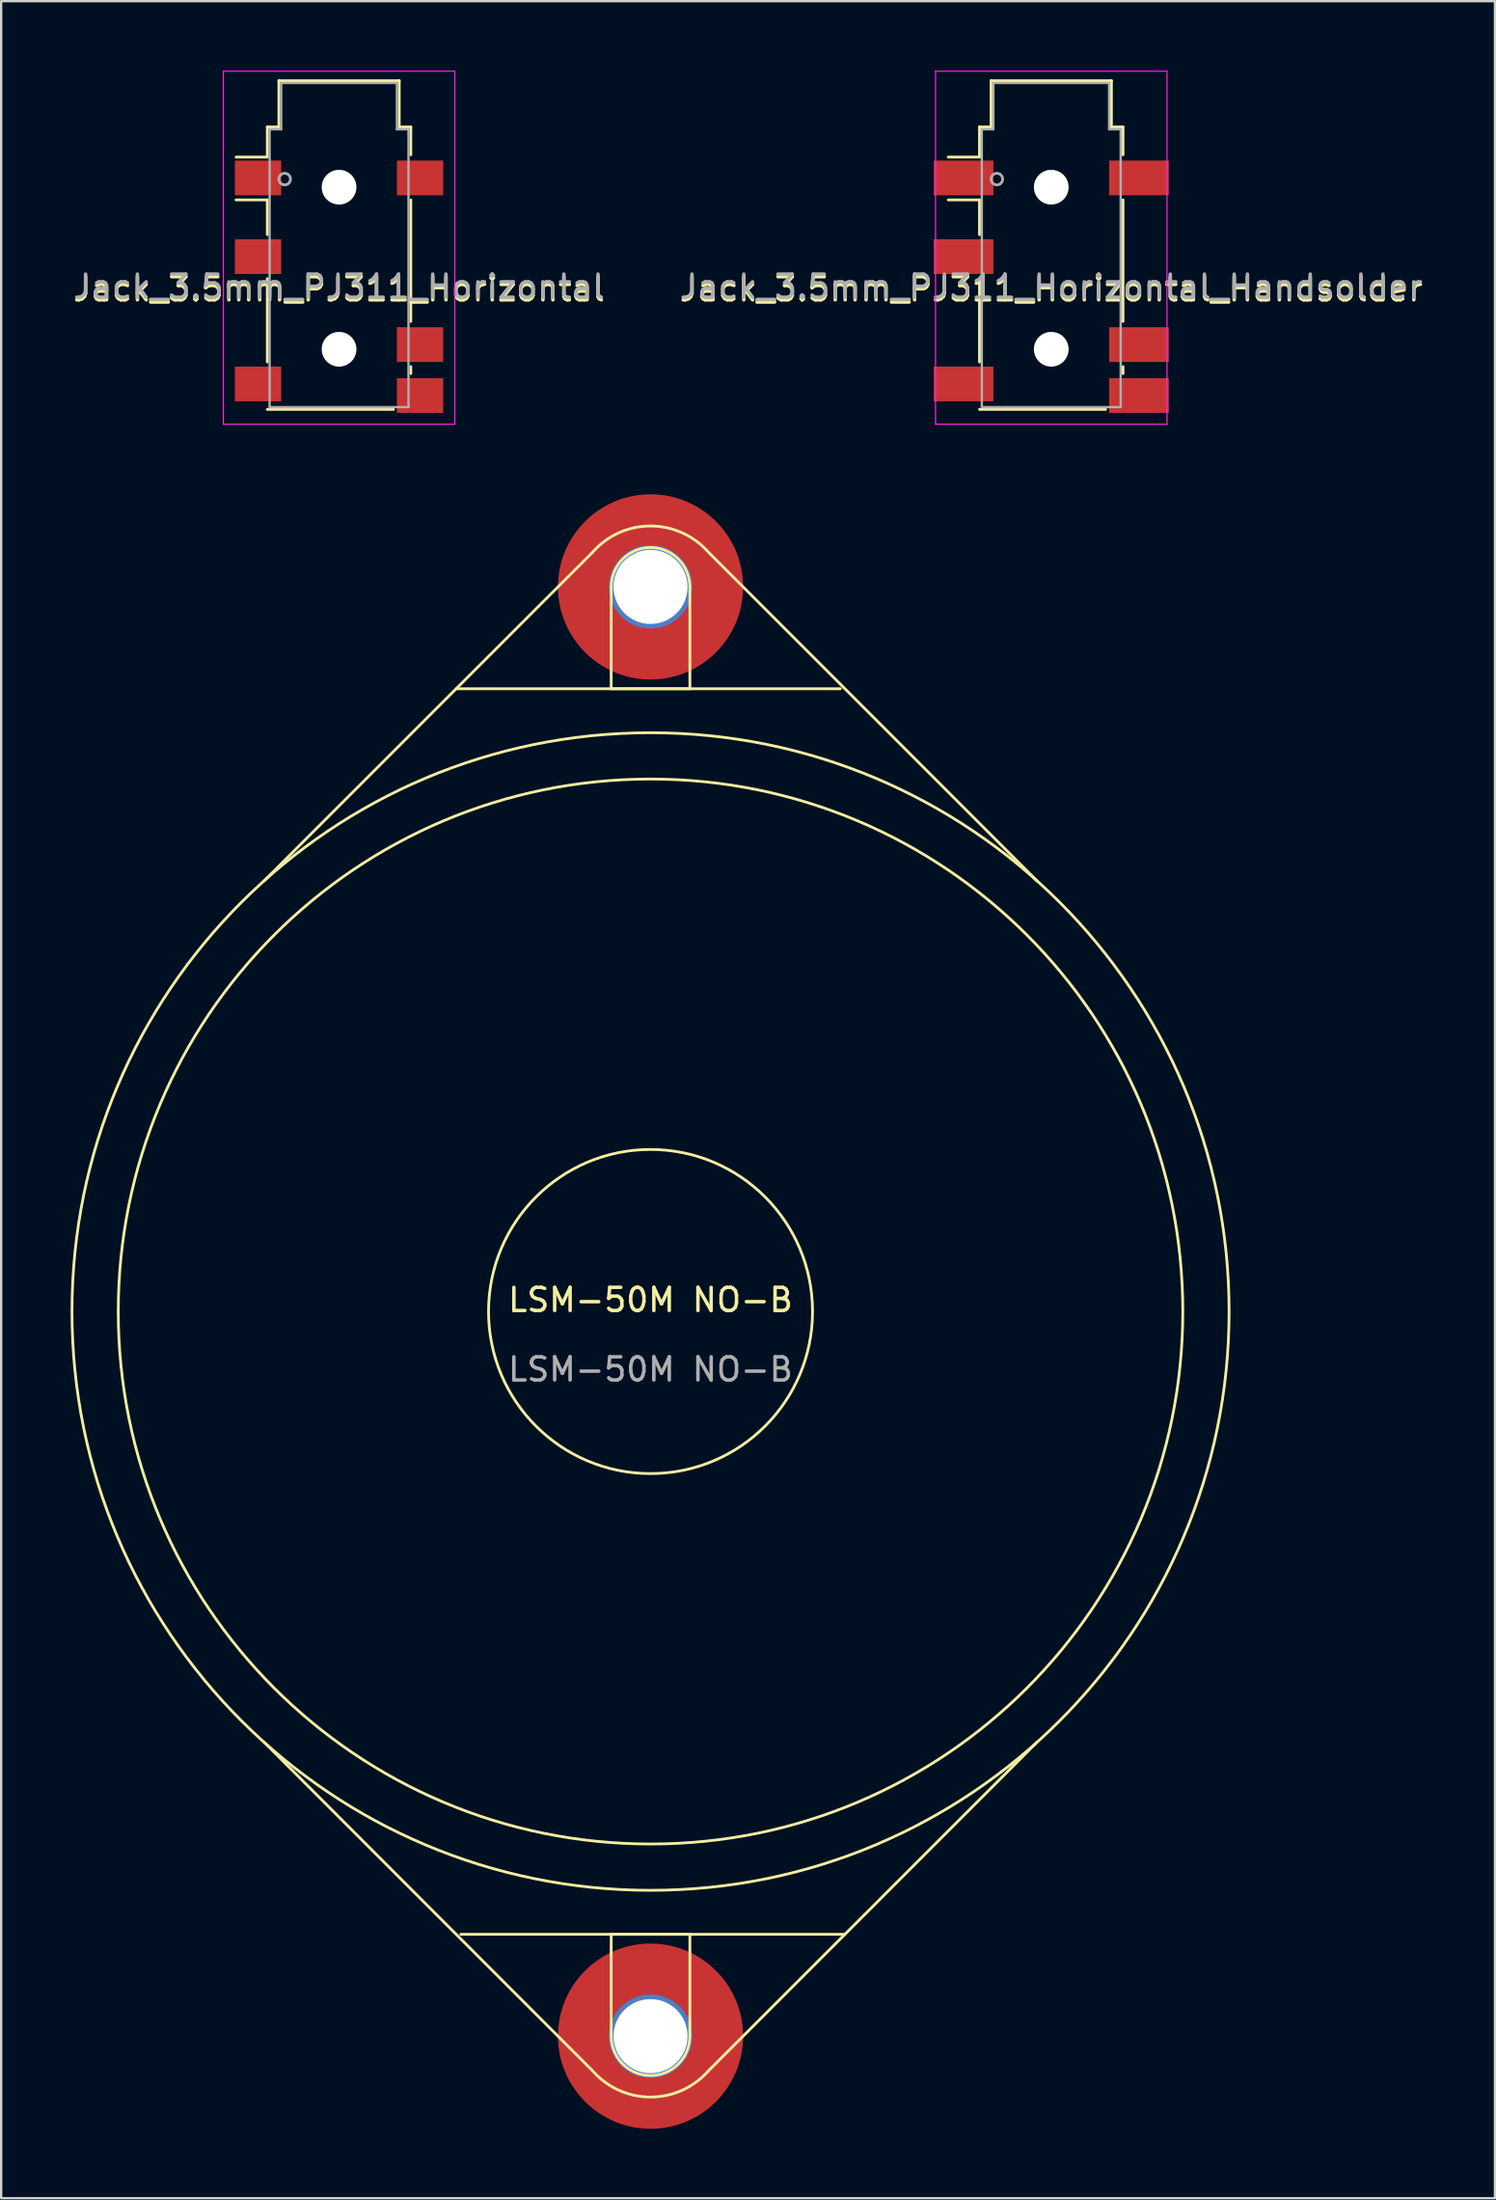
<source format=kicad_pcb>
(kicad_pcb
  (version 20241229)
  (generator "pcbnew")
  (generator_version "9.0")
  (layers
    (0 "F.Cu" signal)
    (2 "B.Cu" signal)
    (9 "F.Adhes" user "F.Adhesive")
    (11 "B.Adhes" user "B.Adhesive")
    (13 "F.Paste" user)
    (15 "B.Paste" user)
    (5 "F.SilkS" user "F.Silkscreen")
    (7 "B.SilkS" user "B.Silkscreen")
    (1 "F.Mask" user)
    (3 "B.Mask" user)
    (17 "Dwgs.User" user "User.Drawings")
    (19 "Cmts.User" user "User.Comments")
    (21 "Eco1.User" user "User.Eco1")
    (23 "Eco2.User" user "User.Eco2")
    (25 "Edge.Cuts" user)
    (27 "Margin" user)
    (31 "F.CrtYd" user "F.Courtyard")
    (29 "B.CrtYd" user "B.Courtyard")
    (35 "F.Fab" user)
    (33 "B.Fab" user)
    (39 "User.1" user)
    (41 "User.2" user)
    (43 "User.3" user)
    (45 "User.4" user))
  (footprint "LSM-50M NO-B"
    (layer "F.Cu")
    (at 25.06 53.6)
    (property "Reference" "LSM-50M NO-B" (at 0 -0.5 0) (unlocked yes) (layer "F.SilkS") (effects (font (size 1 1) (thickness 0.15))))
    (attr through_hole)
    (fp_line (start -16.7 -18.6) (end -2.5 -32.8) (stroke (width 0.12) (type solid)) (layer "F.SilkS"))
    (fp_line (start -16.7 18.6) (end -2.5 32.8) (stroke (width 0.12) (type solid)) (layer "F.SilkS"))
    (fp_line (start -8.4 -26.9) (end 8.2 -26.9) (stroke (width 0.12) (type solid)) (layer "F.SilkS"))
    (fp_line (start -8.2 26.9) (end 8.4 26.9) (stroke (width 0.12) (type solid)) (layer "F.SilkS"))
    (fp_line (start -1.7 -26.9) (end -1.7 -31.3) (stroke (width 0.12) (type solid)) (layer "F.SilkS"))
    (fp_line (start -1.7 26.9) (end 1.7 26.9) (stroke (width 0.12) (type solid)) (layer "F.SilkS"))
    (fp_line (start -1.7 31.3) (end -1.7 26.9) (stroke (width 0.12) (type solid)) (layer "F.SilkS"))
    (fp_line (start 1.7 -31.3) (end 1.7 -26.9) (stroke (width 0.12) (type solid)) (layer "F.SilkS"))
    (fp_line (start 1.7 -26.9) (end -1.7 -26.9) (stroke (width 0.12) (type solid)) (layer "F.SilkS"))
    (fp_line (start 1.7 26.9) (end 1.7 31.3) (stroke (width 0.12) (type solid)) (layer "F.SilkS"))
    (fp_line (start 16.7 -18.6) (end 2.5 -32.8) (stroke (width 0.12) (type solid)) (layer "F.SilkS"))
    (fp_line (start 16.7 18.6) (end 2.5 32.8) (stroke (width 0.12) (type solid)) (layer "F.SilkS"))
    (fp_arc (start -2.5 -32.8) (mid -0.036799 -33.929962) (end 2.450772 -32.85471) (stroke (width 0.12) (type solid)) (layer "F.SilkS"))
    (fp_arc (start -1.7 -31.3) (mid 0 -33) (end 1.7 -31.3) (stroke (width 0.12) (type solid)) (layer "F.SilkS"))
    (fp_arc (start 1.7 31.3) (mid 0 33) (end -1.7 31.3) (stroke (width 0.12) (type solid)) (layer "F.SilkS"))
    (fp_arc (start 2.5 32.8) (mid 0.036799 33.929962) (end -2.450772 32.85471) (stroke (width 0.12) (type solid)) (layer "F.SilkS"))
    (fp_circle (center 0 0) (end 7 0) (stroke (width 0.12) (type solid)) (fill no) (layer "F.SilkS"))
    (fp_circle (center 0 0) (end 23 0) (stroke (width 0.12) (type solid)) (fill no) (layer "F.SilkS"))
    (fp_circle (center 0 0) (end 25 0) (stroke (width 0.12) (type solid)) (fill no) (layer "F.SilkS"))
    (fp_text user "${REFERENCE}" (at 0 2.5 0) (unlocked yes) (layer "F.Fab") (effects (font (size 1 1) (thickness 0.15))))
    (pad "1" thru_hole circle (at 0 31.3) (size 3.6 3.6) (drill 3.2) (layers "*.Cu" "*.Mask"))
    (pad "1" connect circle (at 0 31.3) (size 8 8) (layers "F.Cu" "F.Mask"))
    (pad "2" thru_hole circle (at 0 -31.3) (size 3.6 3.6) (drill 3.2) (layers "*.Cu" "*.Mask"))
    (pad "2" connect circle (at 0 -31.3) (size 8 8) (layers "F.Cu" "F.Mask")))
  (footprint "Jack_3.5mm_PJ311_Horizontal"
    (layer "F.Cu")
    (at 11.601 9.335)
    (property "Reference" "Jack_3.5mm_PJ311_Horizontal" (at 0 0.11 180) (layer "F.SilkS") (effects (font (size 1 1) (thickness 0.15))))
    (attr smd)
    (fp_line (start -3.1 -6.9) (end -2.6 -6.9) (stroke (width 0.12) (type solid)) (layer "F.SilkS"))
    (fp_line (start -3.1 -5.6) (end -4.45 -5.6) (stroke (width 0.12) (type solid)) (layer "F.SilkS"))
    (fp_line (start -3.1 -5.6) (end -3.1 -6.9) (stroke (width 0.12) (type solid)) (layer "F.SilkS"))
    (fp_line (start -3.1 -3.75) (end -4.45 -3.75) (stroke (width 0.12) (type solid)) (layer "F.SilkS"))
    (fp_line (start -3.1 -2.25) (end -3.1 -3.75) (stroke (width 0.12) (type solid)) (layer "F.SilkS"))
    (fp_line (start -3.1 3.25) (end -3.1 -0.35) (stroke (width 0.12) (type solid)) (layer "F.SilkS"))
    (fp_line (start -2.6 -8.9) (end 2.6 -8.9) (stroke (width 0.12) (type solid)) (layer "F.SilkS"))
    (fp_line (start -2.6 -6.9) (end -2.6 -8.9) (stroke (width 0.12) (type solid)) (layer "F.SilkS"))
    (fp_line (start 2.35 5.3) (end -3.1 5.3) (stroke (width 0.12) (type solid)) (layer "F.SilkS"))
    (fp_line (start 2.6 -8.9) (end 2.6 -6.9) (stroke (width 0.12) (type solid)) (layer "F.SilkS"))
    (fp_line (start 2.6 -6.9) (end 3.1 -6.9) (stroke (width 0.12) (type solid)) (layer "F.SilkS"))
    (fp_line (start 3.1 -6.9) (end 3.1 -5.7) (stroke (width 0.12) (type solid)) (layer "F.SilkS"))
    (fp_line (start 3.1 -3.75) (end 3.1 1.5) (stroke (width 0.12) (type solid)) (layer "F.SilkS"))
    (fp_line (start 3.1 3.45) (end 3.1 3.75) (stroke (width 0.12) (type solid)) (layer "F.SilkS"))
    (fp_line (start -5 -9.31) (end -5 5.94) (stroke (width 0.05) (type solid)) (layer "F.CrtYd"))
    (fp_line (start -5 -9.31) (end 5 -9.31) (stroke (width 0.05) (type solid)) (layer "F.CrtYd"))
    (fp_line (start -5 5.94) (end 5 5.94) (stroke (width 0.05) (type solid)) (layer "F.CrtYd"))
    (fp_line (start 5 5.94) (end 5 -9.31) (stroke (width 0.05) (type solid)) (layer "F.CrtYd"))
    (fp_line (start -3 -6.8) (end -3 5.2) (stroke (width 0.1) (type solid)) (layer "F.Fab"))
    (fp_line (start -3 5.2) (end 3 5.2) (stroke (width 0.1) (type solid)) (layer "F.Fab"))
    (fp_line (start -2.5 -8.8) (end -2.5 -6.8) (stroke (width 0.1) (type solid)) (layer "F.Fab"))
    (fp_line (start -2.5 -6.8) (end -3 -6.8) (stroke (width 0.1) (type solid)) (layer "F.Fab"))
    (fp_line (start 2.5 -8.8) (end -2.5 -8.8) (stroke (width 0.1) (type solid)) (layer "F.Fab"))
    (fp_line (start 2.5 -6.8) (end 2.5 -8.8) (stroke (width 0.1) (type solid)) (layer "F.Fab"))
    (fp_line (start 3 -6.8) (end 2.5 -6.8) (stroke (width 0.1) (type solid)) (layer "F.Fab"))
    (fp_line (start 3 5.2) (end 3 -6.8) (stroke (width 0.1) (type solid)) (layer "F.Fab"))
    (fp_circle (center -2.35 -4.65) (end -2.1 -4.65) (stroke (width 0.12) (type solid)) (fill no) (layer "F.Fab"))
    (fp_text user "${REFERENCE}" (at 0 0 180) (layer "F.Fab") (effects (font (size 1 1) (thickness 0.15))))
    (pad "" np_thru_hole circle (at 0 -4.3) (size 1.5 1.5) (drill 1.5) (layers "*.Cu" "*.Mask"))
    (pad "" np_thru_hole circle (at 0 2.7) (size 1.5 1.5) (drill 1.5) (layers "*.Cu" "*.Mask"))
    (pad "1" smd rect (at -3.5 -4.7) (size 2 1.5) (layers "F.Cu" "F.Mask" "F.Paste"))
    (pad "2" smd rect (at 3.5 2.5) (size 2 1.5) (layers "F.Cu" "F.Mask" "F.Paste"))
    (pad "3" smd rect (at -3.5 -1.3) (size 2 1.5) (layers "F.Cu" "F.Mask" "F.Paste"))
    (pad "4" smd rect (at 3.5 -4.7) (size 2 1.5) (layers "F.Cu" "F.Mask" "F.Paste"))
    (pad "10" smd rect (at 3.5 4.7) (size 2 1.5) (layers "F.Cu" "F.Mask" "F.Paste"))
    (pad "11" smd rect (at -3.5 4.2) (size 2 1.5) (layers "F.Cu" "F.Mask" "F.Paste")))
  (footprint "Jack_3.5mm_PJ311_Horizontal_Handsolder"
    (layer "F.Cu")
    (at 42.375 9.335)
    (property "Reference" "Jack_3.5mm_PJ311_Horizontal_Handsolder" (at 0 0.11 180) (layer "F.SilkS") (effects (font (size 1 1) (thickness 0.15))))
    (attr smd)
    (fp_line (start -3.1 -6.9) (end -2.6 -6.9) (stroke (width 0.12) (type solid)) (layer "F.SilkS"))
    (fp_line (start -3.1 -5.6) (end -4.45 -5.6) (stroke (width 0.12) (type solid)) (layer "F.SilkS"))
    (fp_line (start -3.1 -5.6) (end -3.1 -6.9) (stroke (width 0.12) (type solid)) (layer "F.SilkS"))
    (fp_line (start -3.1 -3.75) (end -4.45 -3.75) (stroke (width 0.12) (type solid)) (layer "F.SilkS"))
    (fp_line (start -3.1 -2.25) (end -3.1 -3.75) (stroke (width 0.12) (type solid)) (layer "F.SilkS"))
    (fp_line (start -3.1 3.25) (end -3.1 -0.35) (stroke (width 0.12) (type solid)) (layer "F.SilkS"))
    (fp_line (start -2.6 -8.9) (end 2.6 -8.9) (stroke (width 0.12) (type solid)) (layer "F.SilkS"))
    (fp_line (start -2.6 -6.9) (end -2.6 -8.9) (stroke (width 0.12) (type solid)) (layer "F.SilkS"))
    (fp_line (start 2.35 5.3) (end -3.1 5.3) (stroke (width 0.12) (type solid)) (layer "F.SilkS"))
    (fp_line (start 2.6 -8.9) (end 2.6 -6.9) (stroke (width 0.12) (type solid)) (layer "F.SilkS"))
    (fp_line (start 2.6 -6.9) (end 3.1 -6.9) (stroke (width 0.12) (type solid)) (layer "F.SilkS"))
    (fp_line (start 3.1 -6.9) (end 3.1 -5.7) (stroke (width 0.12) (type solid)) (layer "F.SilkS"))
    (fp_line (start 3.1 -3.75) (end 3.1 1.5) (stroke (width 0.12) (type solid)) (layer "F.SilkS"))
    (fp_line (start 3.1 3.45) (end 3.1 3.75) (stroke (width 0.12) (type solid)) (layer "F.SilkS"))
    (fp_line (start -5 -9.31) (end -5 5.94) (stroke (width 0.05) (type solid)) (layer "F.CrtYd"))
    (fp_line (start -5 -9.31) (end 5 -9.31) (stroke (width 0.05) (type solid)) (layer "F.CrtYd"))
    (fp_line (start -5 5.94) (end 5 5.94) (stroke (width 0.05) (type solid)) (layer "F.CrtYd"))
    (fp_line (start 5 5.94) (end 5 -9.31) (stroke (width 0.05) (type solid)) (layer "F.CrtYd"))
    (fp_line (start -3 -6.8) (end -3 5.2) (stroke (width 0.1) (type solid)) (layer "F.Fab"))
    (fp_line (start -3 5.2) (end 3 5.2) (stroke (width 0.1) (type solid)) (layer "F.Fab"))
    (fp_line (start -2.5 -8.8) (end -2.5 -6.8) (stroke (width 0.1) (type solid)) (layer "F.Fab"))
    (fp_line (start -2.5 -6.8) (end -3 -6.8) (stroke (width 0.1) (type solid)) (layer "F.Fab"))
    (fp_line (start 2.5 -8.8) (end -2.5 -8.8) (stroke (width 0.1) (type solid)) (layer "F.Fab"))
    (fp_line (start 2.5 -6.8) (end 2.5 -8.8) (stroke (width 0.1) (type solid)) (layer "F.Fab"))
    (fp_line (start 3 -6.8) (end 2.5 -6.8) (stroke (width 0.1) (type solid)) (layer "F.Fab"))
    (fp_line (start 3 5.2) (end 3 -6.8) (stroke (width 0.1) (type solid)) (layer "F.Fab"))
    (fp_circle (center -2.35 -4.65) (end -2.1 -4.65) (stroke (width 0.12) (type solid)) (fill no) (layer "F.Fab"))
    (fp_text user "${REFERENCE}" (at 0 0 180) (layer "F.Fab") (effects (font (size 1 1) (thickness 0.15))))
    (pad "" np_thru_hole circle (at 0 -4.3) (size 1.5 1.5) (drill 1.5) (layers "*.Cu" "*.Mask"))
    (pad "" np_thru_hole circle (at 0 2.7) (size 1.5 1.5) (drill 1.5) (layers "*.Cu" "*.Mask"))
    (pad "1" smd rect (at -3.79 -4.7) (size 2.58 1.5) (layers "F.Cu" "F.Mask" "F.Paste"))
    (pad "2" smd rect (at 3.79 2.5) (size 2.58 1.5) (layers "F.Cu" "F.Mask" "F.Paste"))
    (pad "3" smd rect (at -3.79 -1.3) (size 2.58 1.5) (layers "F.Cu" "F.Mask" "F.Paste"))
    (pad "4" smd rect (at 3.79 -4.7) (size 2.58 1.5) (layers "F.Cu" "F.Mask" "F.Paste"))
    (pad "10" smd rect (at 3.79 4.7) (size 2.58 1.5) (layers "F.Cu" "F.Mask" "F.Paste"))
    (pad "11" smd rect (at -3.79 4.2) (size 2.58 1.5) (layers "F.Cu" "F.Mask" "F.Paste")))
  (gr_rect
    (start -3 -3)
    (end 61.548 91.9)
    (stroke (width 0.1) (type default))
    (fill no)
    (layer "Edge.Cuts")))
</source>
